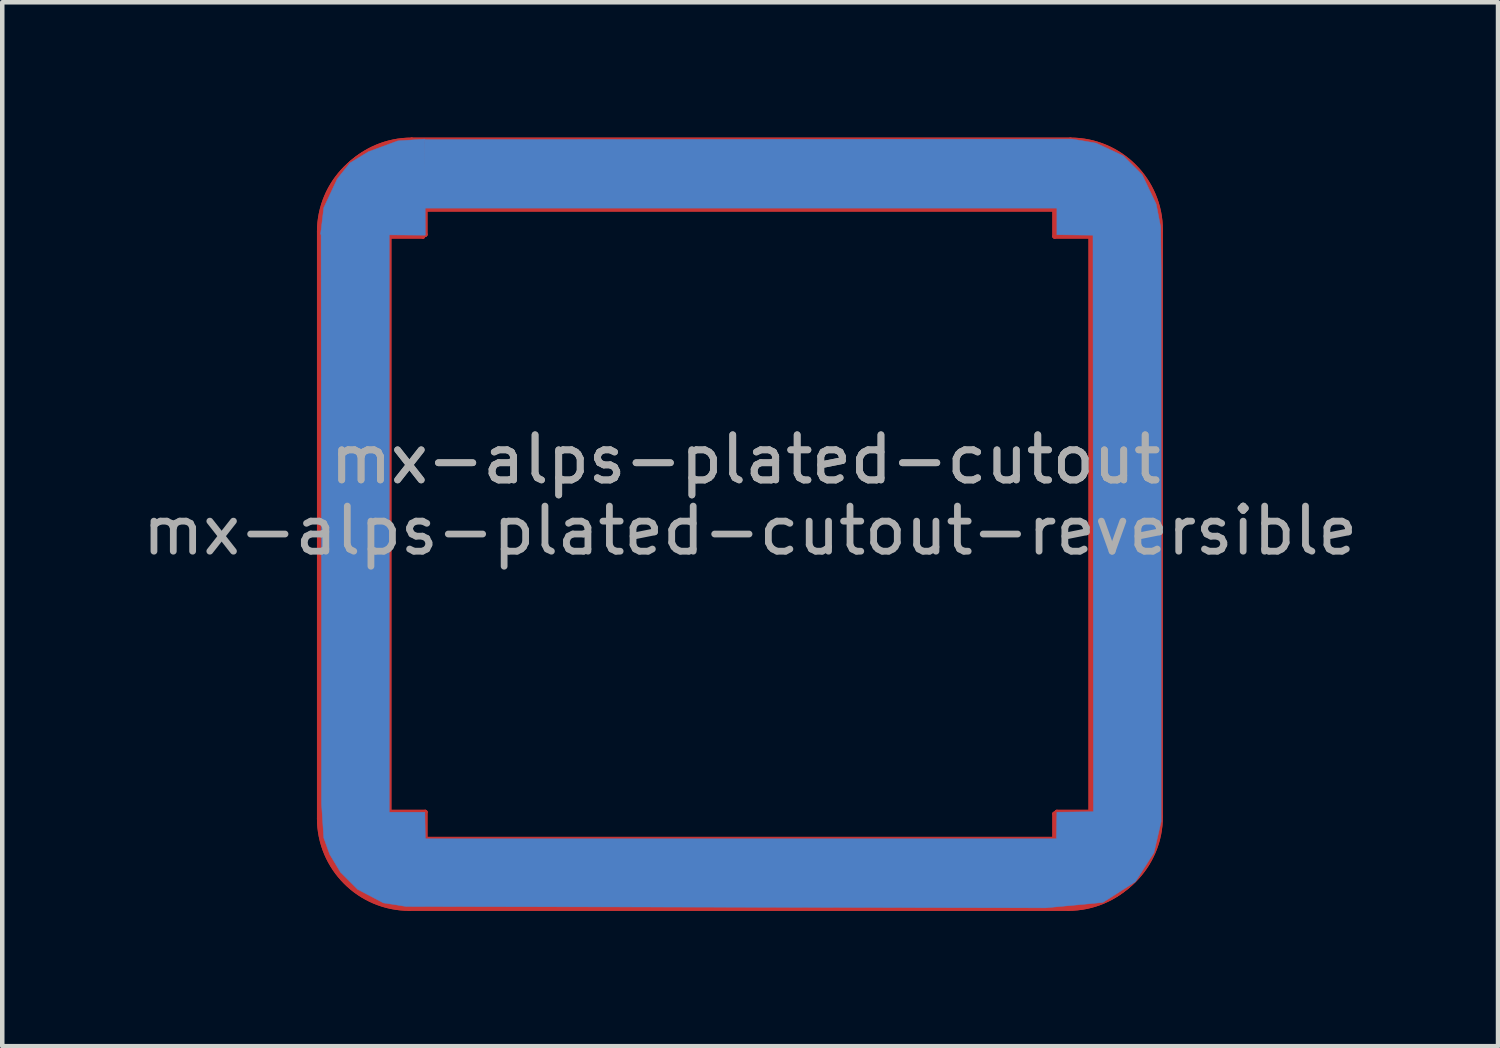
<source format=kicad_pcb>
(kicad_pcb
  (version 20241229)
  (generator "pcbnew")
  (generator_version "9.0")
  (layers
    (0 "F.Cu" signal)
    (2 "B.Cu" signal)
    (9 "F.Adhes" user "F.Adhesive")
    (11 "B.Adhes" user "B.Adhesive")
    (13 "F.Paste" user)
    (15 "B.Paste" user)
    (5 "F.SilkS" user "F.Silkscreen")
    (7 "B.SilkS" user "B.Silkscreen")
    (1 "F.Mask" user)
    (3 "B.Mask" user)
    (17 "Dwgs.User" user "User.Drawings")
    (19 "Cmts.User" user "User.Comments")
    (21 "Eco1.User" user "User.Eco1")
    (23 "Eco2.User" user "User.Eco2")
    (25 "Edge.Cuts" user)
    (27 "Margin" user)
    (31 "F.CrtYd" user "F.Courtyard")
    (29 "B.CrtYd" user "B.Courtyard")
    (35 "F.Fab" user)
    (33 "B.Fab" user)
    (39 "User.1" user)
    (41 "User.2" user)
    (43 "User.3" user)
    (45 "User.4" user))
  (footprint "mx-alps-plated-cutout-reversible"
    (layer "F.Cu")
    (at 13.527 7.593)
    (property "Reference" "mx-alps-plated-cutout-reversible" (at 0.05 1.12 0) (layer "F.Fab") (effects (font (size 1 1) (thickness 0.15))))
    (attr through_hole)
    (fp_line (start -9.501 -5.503) (end -9.501 7.496) (stroke (width 0.1) (type solid)) (layer "F.Cu"))
    (fp_line (start -9.501 -5.503) (end -9.501 7.496) (stroke (width 0.1) (type solid)) (layer "F.Cu"))
    (fp_line (start -9.451 -5.543) (end -9.451 7.456) (stroke (width 0.1) (type solid)) (layer "F.Cu"))
    (fp_line (start -9.451 -5.543) (end -9.451 7.456) (stroke (width 0.1) (type solid)) (layer "F.Cu"))
    (fp_line (start -8.001 -5.404) (end -8.001 7.397) (stroke (width 0.1) (type solid)) (layer "F.Cu"))
    (fp_line (start -8.001 -5.404) (end -8.001 7.397) (stroke (width 0.1) (type solid)) (layer "F.Cu"))
    (fp_line (start -8.001 7.397) (end -7.201 7.397) (stroke (width 0.1) (type solid)) (layer "F.Cu"))
    (fp_line (start -8.001 7.397) (end -7.201 7.397) (stroke (width 0.1) (type solid)) (layer "F.Cu"))
    (fp_line (start -7.951 -5.444) (end -7.951 7.357) (stroke (width 0.1) (type solid)) (layer "F.Cu"))
    (fp_line (start -7.951 -5.444) (end -7.951 7.357) (stroke (width 0.1) (type solid)) (layer "F.Cu"))
    (fp_line (start -7.951 7.357) (end -7.151 7.357) (stroke (width 0.1) (type solid)) (layer "F.Cu"))
    (fp_line (start -7.951 7.357) (end -7.151 7.357) (stroke (width 0.1) (type solid)) (layer "F.Cu"))
    (fp_line (start -7.501 -7.503) (end 7.099 -7.503) (stroke (width 0.1) (type solid)) (layer "F.Cu"))
    (fp_line (start -7.501 -7.503) (end 7.099 -7.503) (stroke (width 0.1) (type solid)) (layer "F.Cu"))
    (fp_line (start -7.501 9.496) (end 7.099 9.496) (stroke (width 0.1) (type solid)) (layer "F.Cu"))
    (fp_line (start -7.501 9.496) (end 7.099 9.496) (stroke (width 0.1) (type solid)) (layer "F.Cu"))
    (fp_line (start -7.451 -7.543) (end 7.149 -7.543) (stroke (width 0.1) (type solid)) (layer "F.Cu"))
    (fp_line (start -7.451 -7.543) (end 7.149 -7.543) (stroke (width 0.1) (type solid)) (layer "F.Cu"))
    (fp_line (start -7.451 9.456) (end 7.149 9.456) (stroke (width 0.1) (type solid)) (layer "F.Cu"))
    (fp_line (start -7.451 9.456) (end 7.149 9.456) (stroke (width 0.1) (type solid)) (layer "F.Cu"))
    (fp_line (start -7.201 -6.003) (end -7.201 -5.404) (stroke (width 0.1) (type solid)) (layer "F.Cu"))
    (fp_line (start -7.201 -6.003) (end -7.201 -5.404) (stroke (width 0.1) (type solid)) (layer "F.Cu"))
    (fp_line (start -7.201 -5.404) (end -8.001 -5.404) (stroke (width 0.1) (type solid)) (layer "F.Cu"))
    (fp_line (start -7.201 -5.404) (end -8.001 -5.404) (stroke (width 0.1) (type solid)) (layer "F.Cu"))
    (fp_line (start -7.201 7.397) (end -7.201 7.996) (stroke (width 0.1) (type solid)) (layer "F.Cu"))
    (fp_line (start -7.201 7.397) (end -7.201 7.996) (stroke (width 0.1) (type solid)) (layer "F.Cu"))
    (fp_line (start -7.201 7.996) (end 6.799 7.996) (stroke (width 0.1) (type solid)) (layer "F.Cu"))
    (fp_line (start -7.201 7.996) (end 6.799 7.996) (stroke (width 0.1) (type solid)) (layer "F.Cu"))
    (fp_line (start -7.151 -6.043) (end -7.151 -5.444) (stroke (width 0.1) (type solid)) (layer "F.Cu"))
    (fp_line (start -7.151 -6.043) (end -7.151 -5.444) (stroke (width 0.1) (type solid)) (layer "F.Cu"))
    (fp_line (start -7.151 -5.444) (end -7.951 -5.444) (stroke (width 0.1) (type solid)) (layer "F.Cu"))
    (fp_line (start -7.151 -5.444) (end -7.951 -5.444) (stroke (width 0.1) (type solid)) (layer "F.Cu"))
    (fp_line (start -7.151 7.357) (end -7.151 7.956) (stroke (width 0.1) (type solid)) (layer "F.Cu"))
    (fp_line (start -7.151 7.357) (end -7.151 7.956) (stroke (width 0.1) (type solid)) (layer "F.Cu"))
    (fp_line (start -7.151 7.956) (end 6.849 7.956) (stroke (width 0.1) (type solid)) (layer "F.Cu"))
    (fp_line (start -7.151 7.956) (end 6.849 7.956) (stroke (width 0.1) (type solid)) (layer "F.Cu"))
    (fp_line (start 6.799 -6.003) (end -7.201 -6.003) (stroke (width 0.1) (type solid)) (layer "F.Cu"))
    (fp_line (start 6.799 -6.003) (end -7.201 -6.003) (stroke (width 0.1) (type solid)) (layer "F.Cu"))
    (fp_line (start 6.799 -5.404) (end 6.799 -6.003) (stroke (width 0.1) (type solid)) (layer "F.Cu"))
    (fp_line (start 6.799 -5.404) (end 6.799 -6.003) (stroke (width 0.1) (type solid)) (layer "F.Cu"))
    (fp_line (start 6.799 7.397) (end 7.6 7.397) (stroke (width 0.1) (type solid)) (layer "F.Cu"))
    (fp_line (start 6.799 7.397) (end 7.6 7.397) (stroke (width 0.1) (type solid)) (layer "F.Cu"))
    (fp_line (start 6.799 7.996) (end 6.799 7.397) (stroke (width 0.1) (type solid)) (layer "F.Cu"))
    (fp_line (start 6.799 7.996) (end 6.799 7.397) (stroke (width 0.1) (type solid)) (layer "F.Cu"))
    (fp_line (start 6.849 -6.043) (end -7.151 -6.043) (stroke (width 0.1) (type solid)) (layer "F.Cu"))
    (fp_line (start 6.849 -6.043) (end -7.151 -6.043) (stroke (width 0.1) (type solid)) (layer "F.Cu"))
    (fp_line (start 6.849 -5.444) (end 6.849 -6.043) (stroke (width 0.1) (type solid)) (layer "F.Cu"))
    (fp_line (start 6.849 -5.444) (end 6.849 -6.043) (stroke (width 0.1) (type solid)) (layer "F.Cu"))
    (fp_line (start 6.849 7.357) (end 7.65 7.357) (stroke (width 0.1) (type solid)) (layer "F.Cu"))
    (fp_line (start 6.849 7.357) (end 7.65 7.357) (stroke (width 0.1) (type solid)) (layer "F.Cu"))
    (fp_line (start 6.849 7.956) (end 6.849 7.357) (stroke (width 0.1) (type solid)) (layer "F.Cu"))
    (fp_line (start 6.849 7.956) (end 6.849 7.357) (stroke (width 0.1) (type solid)) (layer "F.Cu"))
    (fp_line (start 7.6 -5.404) (end 6.799 -5.404) (stroke (width 0.1) (type solid)) (layer "F.Cu"))
    (fp_line (start 7.6 -5.404) (end 6.799 -5.404) (stroke (width 0.1) (type solid)) (layer "F.Cu"))
    (fp_line (start 7.6 7.397) (end 7.6 -5.404) (stroke (width 0.1) (type solid)) (layer "F.Cu"))
    (fp_line (start 7.6 7.397) (end 7.6 -5.404) (stroke (width 0.1) (type solid)) (layer "F.Cu"))
    (fp_line (start 7.65 -5.444) (end 6.849 -5.444) (stroke (width 0.1) (type solid)) (layer "F.Cu"))
    (fp_line (start 7.65 -5.444) (end 6.849 -5.444) (stroke (width 0.1) (type solid)) (layer "F.Cu"))
    (fp_line (start 7.65 7.357) (end 7.65 -5.444) (stroke (width 0.1) (type solid)) (layer "F.Cu"))
    (fp_line (start 7.65 7.357) (end 7.65 -5.444) (stroke (width 0.1) (type solid)) (layer "F.Cu"))
    (fp_line (start 9.099 -5.503) (end 9.099 7.496) (stroke (width 0.1) (type solid)) (layer "F.Cu"))
    (fp_line (start 9.099 -5.503) (end 9.099 7.496) (stroke (width 0.1) (type solid)) (layer "F.Cu"))
    (fp_line (start 9.149 -5.543) (end 9.149 7.456) (stroke (width 0.1) (type solid)) (layer "F.Cu"))
    (fp_line (start 9.149 -5.543) (end 9.149 7.456) (stroke (width 0.1) (type solid)) (layer "F.Cu"))
    (fp_arc (start -9.501457 -5.502962) (mid -8.915671 -6.917176) (end -7.501457 -7.502962) (stroke (width 0.1) (type solid)) (layer "F.Cu"))
    (fp_arc (start -9.501457 -5.502962) (mid -8.915671 -6.917176) (end -7.501457 -7.502962) (stroke (width 0.1) (type solid)) (layer "F.Cu"))
    (fp_arc (start -9.451457 -5.542962) (mid -8.865671 -6.957176) (end -7.451457 -7.542962) (stroke (width 0.1) (type solid)) (layer "F.Cu"))
    (fp_arc (start -9.451457 -5.542962) (mid -8.865671 -6.957176) (end -7.451457 -7.542962) (stroke (width 0.1) (type solid)) (layer "F.Cu"))
    (fp_arc (start -7.501457 9.496238) (mid -8.915671 8.910452) (end -9.501457 7.496238) (stroke (width 0.1) (type solid)) (layer "F.Cu"))
    (fp_arc (start -7.501457 9.496238) (mid -8.915671 8.910452) (end -9.501457 7.496238) (stroke (width 0.1) (type solid)) (layer "F.Cu"))
    (fp_arc (start -7.451457 9.456238) (mid -8.865671 8.870452) (end -9.451457 7.456238) (stroke (width 0.1) (type solid)) (layer "F.Cu"))
    (fp_arc (start -7.451457 9.456238) (mid -8.865671 8.870452) (end -9.451457 7.456238) (stroke (width 0.1) (type solid)) (layer "F.Cu"))
    (fp_arc (start 7.099333 -7.502962) (mid 8.513547 -6.917176) (end 9.099333 -5.502962) (stroke (width 0.1) (type solid)) (layer "F.Cu"))
    (fp_arc (start 7.099333 -7.502962) (mid 8.513547 -6.917176) (end 9.099333 -5.502962) (stroke (width 0.1) (type solid)) (layer "F.Cu"))
    (fp_arc (start 7.149333 -7.542962) (mid 8.563547 -6.957176) (end 9.149333 -5.542962) (stroke (width 0.1) (type solid)) (layer "F.Cu"))
    (fp_arc (start 7.149333 -7.542962) (mid 8.563547 -6.957176) (end 9.149333 -5.542962) (stroke (width 0.1) (type solid)) (layer "F.Cu"))
    (fp_arc (start 9.099333 7.496238) (mid 8.513547 8.910452) (end 7.099333 9.496238) (stroke (width 0.1) (type solid)) (layer "F.Cu"))
    (fp_arc (start 9.099333 7.496238) (mid 8.513547 8.910452) (end 7.099333 9.496238) (stroke (width 0.1) (type solid)) (layer "F.Cu"))
    (fp_arc (start 9.149333 7.456238) (mid 8.563547 8.870452) (end 7.149333 9.456238) (stroke (width 0.1) (type solid)) (layer "F.Cu"))
    (fp_arc (start 9.149333 7.456238) (mid 8.563547 8.870452) (end 7.149333 9.456238) (stroke (width 0.1) (type solid)) (layer "F.Cu"))
    (fp_poly (pts (xy -7.15 -5.43) (xy -9.47 -5.45) (xy -9.4 -6.04) (xy -9.1 -6.68) (xy -8.82 -7.03) (xy -8.41 -7.28) (xy -7.76 -7.52) (xy -7.16 -7.56)) (stroke (width 0.01) (type solid)) (fill yes) (layer "F.Cu"))
    (fp_poly (pts (xy 7.72 -7.47) (xy 8.32 -7.19) (xy 8.74 -6.77) (xy 9.05 -6.12) (xy 9.15 -5.61) (xy 9.16 -4.72) (xy 9.16 7.57) (xy 9 8.26) (xy 8.59 8.9) (xy 7.87 9.36) (xy 6.6 9.48) (xy -7.57 9.45) (xy -8.08 9.37) (xy -8.65 9.07) (xy -9.03 8.69) (xy -9.27 8.29) (xy -9.4 7.93) (xy -9.45 7.17) (xy -9.45 2.59) (xy -9.46 -5.54) (xy -7.95 -5.45) (xy -7.95 7.36) (xy -7.16 7.36) (xy -7.15 7.95) (xy 6.84 7.95) (xy 6.85 7.36) (xy 7.66 7.35) (xy 7.65 -5.43) (xy 6.85 -5.44) (xy 6.85 -6.03) (xy -7.16 -6.03) (xy -7.16 -7.55) (xy 7.19 -7.56)) (stroke (width 0.01) (type solid)) (fill yes) (layer "F.Cu"))
    (fp_poly (pts (xy -7.2 -5.39) (xy -9.52 -5.41) (xy -9.45 -6) (xy -9.15 -6.64) (xy -8.87 -6.99) (xy -8.46 -7.24) (xy -7.81 -7.48) (xy -7.21 -7.52)) (stroke (width 0.01) (type solid)) (fill yes) (layer "F.Mask"))
    (fp_poly (pts (xy 7.67 -7.43) (xy 8.27 -7.15) (xy 8.69 -6.73) (xy 9 -6.08) (xy 9.1 -5.57) (xy 9.11 -4.68) (xy 9.11 7.61) (xy 8.95 8.3) (xy 8.54 8.94) (xy 7.82 9.4) (xy 6.55 9.52) (xy -7.62 9.49) (xy -8.13 9.41) (xy -8.7 9.11) (xy -9.08 8.73) (xy -9.32 8.33) (xy -9.45 7.97) (xy -9.5 7.21) (xy -9.5 2.63) (xy -9.51 -5.5) (xy -8 -5.41) (xy -8 7.4) (xy -7.21 7.4) (xy -7.2 7.99) (xy 6.79 7.99) (xy 6.8 7.4) (xy 7.61 7.39) (xy 7.6 -5.39) (xy 6.8 -5.4) (xy 6.8 -5.99) (xy -7.21 -5.99) (xy -7.21 -7.51) (xy 7.14 -7.52)) (stroke (width 0.01) (type solid)) (fill yes) (layer "F.Mask"))
    (fp_poly (pts (xy -7.15 -5.43) (xy -9.47 -5.45) (xy -9.4 -6.04) (xy -9.1 -6.68) (xy -8.82 -7.03) (xy -8.41 -7.28) (xy -7.76 -7.52) (xy -7.16 -7.56)) (stroke (width 0.01) (type solid)) (fill yes) (layer "B.Cu"))
    (fp_poly (pts (xy 7.72 -7.47) (xy 8.32 -7.19) (xy 8.74 -6.77) (xy 9.05 -6.12) (xy 9.15 -5.61) (xy 9.16 -4.72) (xy 9.16 7.57) (xy 9 8.26) (xy 8.59 8.9) (xy 7.87 9.36) (xy 6.6 9.48) (xy -7.57 9.45) (xy -8.08 9.37) (xy -8.65 9.07) (xy -9.03 8.69) (xy -9.27 8.29) (xy -9.4 7.93) (xy -9.45 7.17) (xy -9.45 2.59) (xy -9.46 -5.54) (xy -7.95 -5.45) (xy -7.95 7.36) (xy -7.16 7.36) (xy -7.15 7.95) (xy 6.84 7.95) (xy 6.85 7.36) (xy 7.66 7.35) (xy 7.65 -5.43) (xy 6.85 -5.44) (xy 6.85 -6.03) (xy -7.16 -6.03) (xy -7.16 -7.55) (xy 7.19 -7.56)) (stroke (width 0.01) (type solid)) (fill yes) (layer "B.Cu"))
    (fp_poly (pts (xy -7.2 -5.39) (xy -9.52 -5.41) (xy -9.45 -6) (xy -9.15 -6.64) (xy -8.87 -6.99) (xy -8.46 -7.24) (xy -7.81 -7.48) (xy -7.21 -7.52)) (stroke (width 0.01) (type solid)) (fill yes) (layer "B.Mask"))
    (fp_poly (pts (xy 7.67 -7.43) (xy 8.27 -7.15) (xy 8.69 -6.73) (xy 9 -6.08) (xy 9.1 -5.57) (xy 9.11 -4.68) (xy 9.11 7.61) (xy 8.95 8.3) (xy 8.54 8.94) (xy 7.82 9.4) (xy 6.55 9.52) (xy -7.62 9.49) (xy -8.13 9.41) (xy -8.7 9.11) (xy -9.08 8.73) (xy -9.32 8.33) (xy -9.45 7.97) (xy -9.5 7.21) (xy -9.5 2.63) (xy -9.51 -5.5) (xy -8 -5.41) (xy -8 7.4) (xy -7.21 7.4) (xy -7.2 7.99) (xy 6.79 7.99) (xy 6.8 7.4) (xy 7.61 7.39) (xy 7.6 -5.39) (xy 6.8 -5.4) (xy 6.8 -5.99) (xy -7.21 -5.99) (xy -7.21 -7.51) (xy 7.14 -7.52)) (stroke (width 0.01) (type solid)) (fill yes) (layer "B.Mask"))
    (fp_text user "mx-alps-plated-cutout" (at -0.05 -0.46 0) (layer "F.Fab") (effects (font (size 1 1) (thickness 0.15))))
    (fp_text user "mx-alps-plated-cutout" (at -0.05 -0.46 0) (layer "F.Fab") (effects (font (size 1 1) (thickness 0.15)))))
  (gr_rect
    (start -3 -3)
    (end 30.155 20.139)
    (stroke (width 0.1) (type default))
    (fill no)
    (layer "Edge.Cuts")))
</source>
